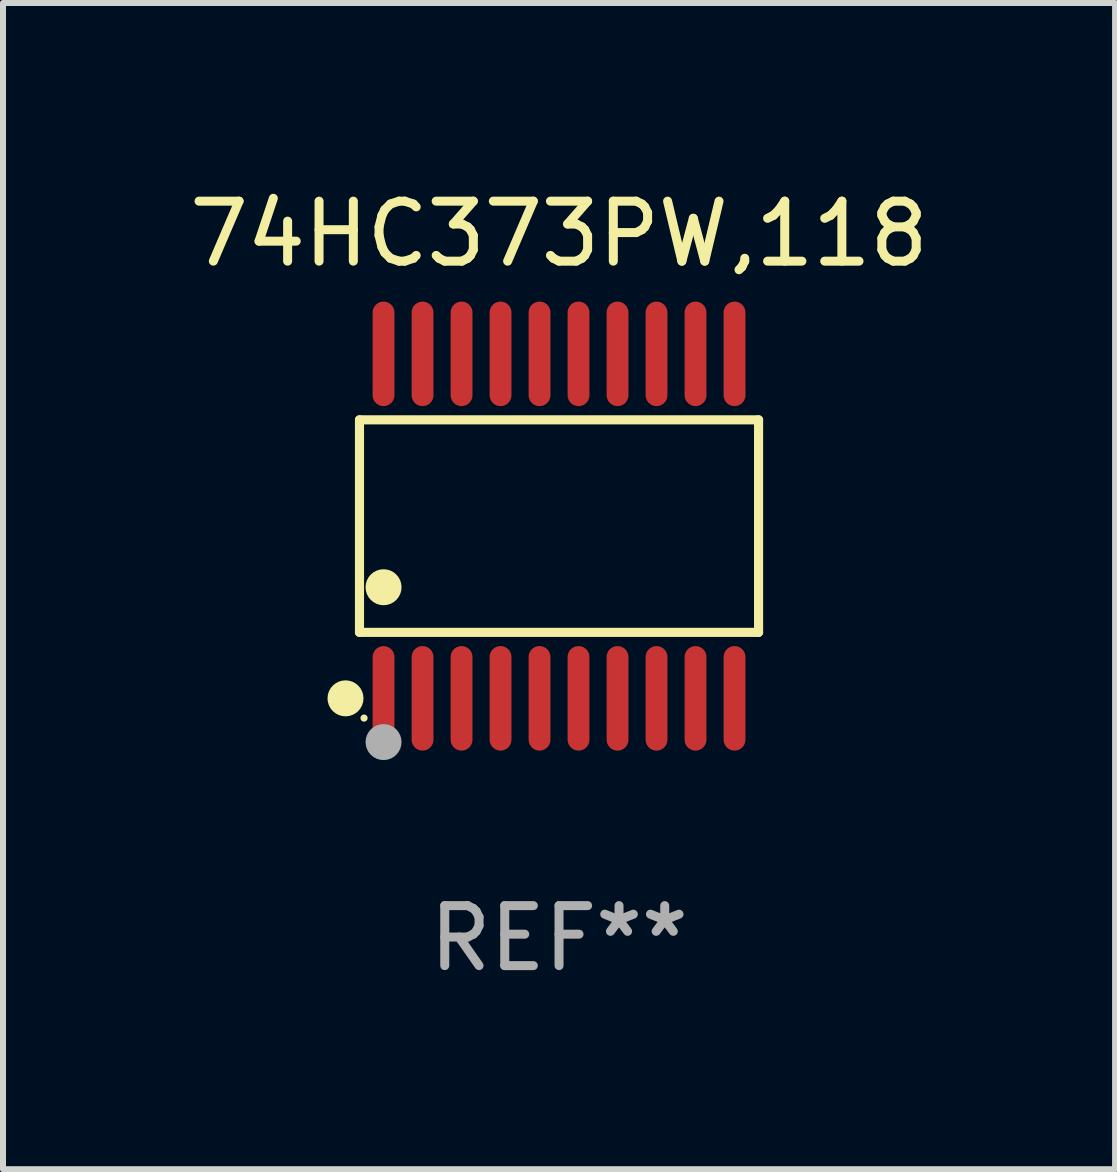
<source format=kicad_pcb>
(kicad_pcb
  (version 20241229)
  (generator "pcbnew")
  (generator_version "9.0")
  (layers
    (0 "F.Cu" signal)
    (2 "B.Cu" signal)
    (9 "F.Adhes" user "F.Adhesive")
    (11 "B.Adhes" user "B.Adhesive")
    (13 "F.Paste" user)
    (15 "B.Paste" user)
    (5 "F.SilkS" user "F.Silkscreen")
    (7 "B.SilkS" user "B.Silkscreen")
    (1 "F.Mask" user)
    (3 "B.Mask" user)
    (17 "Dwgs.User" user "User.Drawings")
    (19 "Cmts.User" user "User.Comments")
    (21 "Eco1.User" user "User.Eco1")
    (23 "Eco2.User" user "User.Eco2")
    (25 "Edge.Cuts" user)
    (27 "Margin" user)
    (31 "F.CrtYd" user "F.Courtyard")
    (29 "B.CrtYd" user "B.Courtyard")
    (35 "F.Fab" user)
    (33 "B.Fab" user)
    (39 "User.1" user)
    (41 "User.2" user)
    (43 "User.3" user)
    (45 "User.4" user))
  (footprint "74HC373PW,118"
    (layer "F.Cu")
    (at 6.268 5.719)
    (property "Reference" "74HC373PW,118" (at 0 -4.871 0) (layer "F.SilkS") (effects (font (size 1 1) (thickness 0.15))))
    (attr through_hole)
    (fp_line (start -3.326 -1.771) (end 3.326 -1.771) (stroke (width 0.152) (type solid)) (layer "F.SilkS"))
    (fp_line (start -3.326 1.771) (end -3.326 -1.771) (stroke (width 0.152) (type solid)) (layer "F.SilkS"))
    (fp_line (start 3.326 -1.771) (end 3.326 1.771) (stroke (width 0.152) (type solid)) (layer "F.SilkS"))
    (fp_line (start 3.326 1.771) (end -3.326 1.771) (stroke (width 0.152) (type solid)) (layer "F.SilkS"))
    (fp_circle (center -3.559 2.871) (end -3.409 2.871) (stroke (width 0.3) (type solid)) (fill no) (layer "F.SilkS"))
    (fp_circle (center -3.25 3.2) (end -3.22 3.2) (stroke (width 0.06) (type solid)) (fill no) (layer "F.SilkS"))
    (fp_circle (center -2.925 1.019) (end -2.775 1.019) (stroke (width 0.3) (type solid)) (fill no) (layer "F.SilkS"))
    (fp_circle (center -2.925 3.6) (end -2.775 3.6) (stroke (width 0.3) (type solid)) (fill no) (layer "F.Fab"))
    (fp_text user "REF**" (at 0 6.871 0) (layer "F.Fab") (effects (font (size 1 1) (thickness 0.15))))
    (pad "1" smd oval (at -2.925 2.871) (size 0.364 1.742) (layers "F.Cu" "F.Mask" "F.Paste"))
    (pad "2" smd oval (at -2.275 2.871) (size 0.364 1.742) (layers "F.Cu" "F.Mask" "F.Paste"))
    (pad "3" smd oval (at -1.625 2.871) (size 0.364 1.742) (layers "F.Cu" "F.Mask" "F.Paste"))
    (pad "4" smd oval (at -0.975 2.871) (size 0.364 1.742) (layers "F.Cu" "F.Mask" "F.Paste"))
    (pad "5" smd oval (at -0.325 2.871) (size 0.364 1.742) (layers "F.Cu" "F.Mask" "F.Paste"))
    (pad "6" smd oval (at 0.325 2.871) (size 0.364 1.742) (layers "F.Cu" "F.Mask" "F.Paste"))
    (pad "7" smd oval (at 0.975 2.871) (size 0.364 1.742) (layers "F.Cu" "F.Mask" "F.Paste"))
    (pad "8" smd oval (at 1.625 2.871) (size 0.364 1.742) (layers "F.Cu" "F.Mask" "F.Paste"))
    (pad "9" smd oval (at 2.275 2.871) (size 0.364 1.742) (layers "F.Cu" "F.Mask" "F.Paste"))
    (pad "10" smd oval (at 2.925 2.871) (size 0.364 1.742) (layers "F.Cu" "F.Mask" "F.Paste"))
    (pad "11" smd oval (at 2.925 -2.871) (size 0.364 1.742) (layers "F.Cu" "F.Mask" "F.Paste"))
    (pad "12" smd oval (at 2.275 -2.871) (size 0.364 1.742) (layers "F.Cu" "F.Mask" "F.Paste"))
    (pad "13" smd oval (at 1.625 -2.871) (size 0.364 1.742) (layers "F.Cu" "F.Mask" "F.Paste"))
    (pad "14" smd oval (at 0.975 -2.871) (size 0.364 1.742) (layers "F.Cu" "F.Mask" "F.Paste"))
    (pad "15" smd oval (at 0.325 -2.871) (size 0.364 1.742) (layers "F.Cu" "F.Mask" "F.Paste"))
    (pad "16" smd oval (at -0.325 -2.871) (size 0.364 1.742) (layers "F.Cu" "F.Mask" "F.Paste"))
    (pad "17" smd oval (at -0.975 -2.871) (size 0.364 1.742) (layers "F.Cu" "F.Mask" "F.Paste"))
    (pad "18" smd oval (at -1.625 -2.871) (size 0.364 1.742) (layers "F.Cu" "F.Mask" "F.Paste"))
    (pad "19" smd oval (at -2.275 -2.871) (size 0.364 1.742) (layers "F.Cu" "F.Mask" "F.Paste"))
    (pad "20" smd oval (at -2.925 -2.871) (size 0.364 1.742) (layers "F.Cu" "F.Mask" "F.Paste")))
  (gr_rect
    (start -3 -3)
    (end 15.536 16.438)
    (stroke (width 0.1) (type default))
    (fill no)
    (layer "Edge.Cuts")))
</source>
